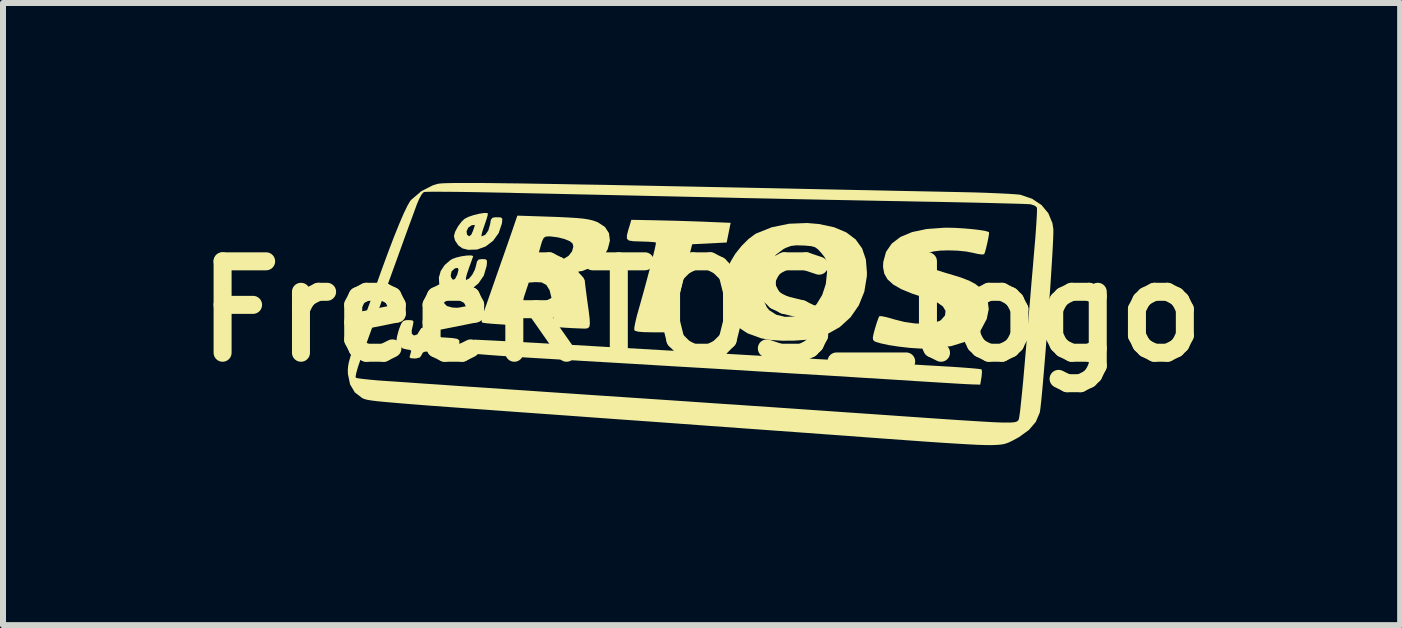
<source format=kicad_pcb>
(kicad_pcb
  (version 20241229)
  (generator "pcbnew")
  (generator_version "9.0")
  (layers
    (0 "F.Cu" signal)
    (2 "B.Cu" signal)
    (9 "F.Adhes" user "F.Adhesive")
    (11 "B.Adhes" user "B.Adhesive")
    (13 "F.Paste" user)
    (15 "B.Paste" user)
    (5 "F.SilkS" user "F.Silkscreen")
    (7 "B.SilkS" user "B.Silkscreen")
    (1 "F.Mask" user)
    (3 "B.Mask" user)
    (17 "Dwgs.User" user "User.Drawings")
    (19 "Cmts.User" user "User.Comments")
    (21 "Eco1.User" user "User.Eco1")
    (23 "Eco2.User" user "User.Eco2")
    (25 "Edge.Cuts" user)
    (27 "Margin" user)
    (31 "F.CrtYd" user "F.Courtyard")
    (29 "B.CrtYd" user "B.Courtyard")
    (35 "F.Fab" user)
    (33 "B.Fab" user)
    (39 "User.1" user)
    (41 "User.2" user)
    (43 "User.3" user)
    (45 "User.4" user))
  (footprint "FreeRTOS_logo"
    (layer "F.Cu")
    (at 8.643 2.14)
    (property "Reference" "FreeRTOS_logo" (at 0 0 0) (layer "F.SilkS") (effects (font (size 1.524 1.524) (thickness 0.3))))
    (attr board_only exclude_from_pos_files exclude_from_bom)
    (fp_poly (pts (xy -4.341 -0.302) (xy -4.339 -0.302) (xy -4.294 -0.278) (xy -4.287 -0.23) (xy -4.291 -0.203) (xy -4.288 -0.134) (xy -4.244 -0.089) (xy -4.154 -0.064) (xy -4.032 -0.058) (xy -3.941 -0.055) (xy -3.877 -0.048) (xy -3.858 -0.041) (xy -3.855 -0.006) (xy -3.869 0.058) (xy -3.892 0.125) (xy -3.916 0.171) (xy -3.92 0.175) (xy -3.955 0.18) (xy -4.035 0.181) (xy -4.148 0.178) (xy -4.265 0.172) (xy -4.397 0.164) (xy -4.507 0.154) (xy -4.581 0.145) (xy -4.608 0.139) (xy -4.617 0.095) (xy -4.598 0.032) (xy -4.564 -0.025) (xy -4.53 -0.051) (xy -4.494 -0.071) (xy -4.503 -0.112) (xy -4.508 -0.123) (xy -4.524 -0.198) (xy -4.508 -0.251) (xy -4.474 -0.302) (xy -4.425 -0.317)) (stroke (width 0) (type solid)) (fill yes) (layer "F.SilkS"))
    (fp_poly (pts (xy -0.796 -1.519) (xy -0.622 -1.515) (xy -0.414 -1.51) (xy -0.197 -1.503) (xy 0.005 -1.496) (xy 0.032 -1.495) (xy 0.485 -1.476) (xy 0.452 -1.312) (xy 0.419 -1.148) (xy -0.156 -1.119) (xy -0.196 -0.959) (xy -0.216 -0.881) (xy -0.247 -0.758) (xy -0.286 -0.603) (xy -0.332 -0.426) (xy -0.379 -0.241) (xy -0.383 -0.225) (xy -0.531 0.349) (xy -0.819 0.349) (xy -0.964 0.346) (xy -1.059 0.338) (xy -1.109 0.323) (xy -1.121 0.311) (xy -1.12 0.268) (xy -1.104 0.184) (xy -1.078 0.075) (xy -1.065 0.028) (xy -1.005 -0.185) (xy -0.947 -0.394) (xy -0.894 -0.592) (xy -0.847 -0.77) (xy -0.808 -0.923) (xy -0.779 -1.042) (xy -0.763 -1.119) (xy -0.76 -1.147) (xy -0.793 -1.154) (xy -0.869 -1.16) (xy -0.975 -1.164) (xy -1.011 -1.165) (xy -1.136 -1.169) (xy -1.211 -1.181) (xy -1.244 -1.211) (xy -1.244 -1.267) (xy -1.22 -1.361) (xy -1.209 -1.395) (xy -1.17 -1.526)) (stroke (width 0) (type solid)) (fill yes) (layer "F.SilkS"))
    (fp_poly (pts (xy -3.808 -0.923) (xy -3.807 -0.919) (xy -3.817 -0.888) (xy -3.842 -0.818) (xy -3.877 -0.723) (xy -3.879 -0.715) (xy -3.911 -0.622) (xy -3.928 -0.553) (xy -3.926 -0.523) (xy -3.924 -0.523) (xy -3.874 -0.548) (xy -3.821 -0.612) (xy -3.778 -0.696) (xy -3.759 -0.762) (xy -3.742 -0.834) (xy -3.713 -0.865) (xy -3.656 -0.872) (xy -3.654 -0.872) (xy -3.599 -0.868) (xy -3.577 -0.847) (xy -3.578 -0.792) (xy -3.583 -0.754) (xy -3.629 -0.597) (xy -3.718 -0.467) (xy -3.837 -0.369) (xy -3.977 -0.31) (xy -4.129 -0.297) (xy -4.247 -0.323) (xy -4.33 -0.38) (xy -4.373 -0.464) (xy -4.378 -0.566) (xy -4.369 -0.596) (xy -4.181 -0.596) (xy -4.174 -0.567) (xy -4.144 -0.526) (xy -4.109 -0.541) (xy -4.073 -0.609) (xy -4.071 -0.615) (xy -4.051 -0.692) (xy -4.062 -0.724) (xy -4.107 -0.718) (xy -4.112 -0.716) (xy -4.166 -0.668) (xy -4.181 -0.596) (xy -4.369 -0.596) (xy -4.347 -0.673) (xy -4.281 -0.773) (xy -4.184 -0.856) (xy -4.153 -0.874) (xy -4.084 -0.899) (xy -3.998 -0.919) (xy -3.911 -0.931) (xy -3.842 -0.933)) (stroke (width 0) (type solid)) (fill yes) (layer "F.SilkS"))
    (fp_poly (pts (xy -3.568 -1.638) (xy -3.562 -1.634) (xy -3.565 -1.602) (xy -3.585 -1.532) (xy -3.618 -1.437) (xy -3.618 -1.435) (xy -3.65 -1.343) (xy -3.667 -1.277) (xy -3.667 -1.25) (xy -3.666 -1.25) (xy -3.605 -1.276) (xy -3.555 -1.346) (xy -3.526 -1.445) (xy -3.525 -1.447) (xy -3.512 -1.524) (xy -3.488 -1.559) (xy -3.439 -1.569) (xy -3.41 -1.569) (xy -3.346 -1.566) (xy -3.321 -1.546) (xy -3.324 -1.492) (xy -3.329 -1.46) (xy -3.382 -1.304) (xy -3.475 -1.176) (xy -3.597 -1.083) (xy -3.739 -1.031) (xy -3.891 -1.026) (xy -3.985 -1.05) (xy -4.055 -1.101) (xy -4.109 -1.182) (xy -4.127 -1.254) (xy -4.108 -1.326) (xy -4.104 -1.334) (xy -3.917 -1.334) (xy -3.909 -1.279) (xy -3.873 -1.251) (xy -3.837 -1.28) (xy -3.81 -1.341) (xy -3.788 -1.405) (xy -3.778 -1.439) (xy -3.778 -1.44) (xy -3.802 -1.44) (xy -3.835 -1.433) (xy -3.889 -1.395) (xy -3.917 -1.334) (xy -4.104 -1.334) (xy -4.06 -1.415) (xy -3.998 -1.498) (xy -3.949 -1.543) (xy -3.886 -1.575) (xy -3.798 -1.605) (xy -3.703 -1.628) (xy -3.62 -1.641)) (stroke (width 0) (type solid)) (fill yes) (layer "F.SilkS"))
    (fp_poly (pts (xy -4.822 0.149) (xy -4.801 0.17) (xy -4.809 0.222) (xy -4.81 0.225) (xy -4.831 0.319) (xy -4.829 0.372) (xy -4.803 0.396) (xy -4.788 0.401) (xy -4.737 0.384) (xy -4.709 0.336) (xy -4.672 0.28) (xy -4.607 0.262) (xy -4.591 0.262) (xy -4.53 0.268) (xy -4.509 0.297) (xy -4.511 0.341) (xy -4.519 0.421) (xy -4.272 0.436) (xy -4.147 0.445) (xy -4.071 0.458) (xy -4.037 0.484) (xy -4.037 0.53) (xy -4.061 0.604) (xy -4.07 0.628) (xy -4.084 0.659) (xy -4.106 0.678) (xy -4.148 0.687) (xy -4.222 0.687) (xy -4.339 0.68) (xy -4.37 0.678) (xy -4.497 0.67) (xy -4.579 0.669) (xy -4.625 0.675) (xy -4.649 0.692) (xy -4.662 0.719) (xy -4.663 0.722) (xy -4.694 0.768) (xy -4.757 0.784) (xy -4.782 0.785) (xy -4.847 0.781) (xy -4.867 0.762) (xy -4.854 0.715) (xy -4.853 0.712) (xy -4.839 0.659) (xy -4.861 0.641) (xy -4.891 0.639) (xy -4.977 0.619) (xy -5.048 0.568) (xy -5.084 0.501) (xy -5.086 0.485) (xy -5.076 0.42) (xy -5.052 0.329) (xy -5.037 0.283) (xy -5.004 0.201) (xy -4.972 0.16) (xy -4.926 0.146) (xy -4.888 0.145)) (stroke (width 0) (type solid)) (fill yes) (layer "F.SilkS"))
    (fp_poly (pts (xy -3.764 0.472) (xy -3.682 0.476) (xy -3.553 0.482) (xy -3.382 0.491) (xy -3.175 0.502) (xy -2.937 0.515) (xy -2.673 0.53) (xy -2.389 0.546) (xy -2.279 0.552) (xy -1.825 0.578) (xy -1.385 0.604) (xy -0.951 0.629) (xy -0.517 0.654) (xy -0.078 0.679) (xy 0.374 0.705) (xy 0.843 0.732) (xy 1.337 0.761) (xy 1.862 0.791) (xy 2.423 0.823) (xy 3.028 0.858) (xy 3.681 0.895) (xy 3.975 0.912) (xy 4.167 0.923) (xy 4.34 0.935) (xy 4.484 0.946) (xy 4.592 0.956) (xy 4.655 0.964) (xy 4.668 0.967) (xy 4.674 1.004) (xy 4.669 1.075) (xy 4.665 1.102) (xy 4.645 1.221) (xy 4.509 1.217) (xy 4.444 1.214) (xy 4.331 1.208) (xy 4.177 1.199) (xy 3.994 1.188) (xy 3.788 1.175) (xy 3.575 1.162) (xy 3.139 1.134) (xy 2.649 1.104) (xy 2.11 1.07) (xy 1.524 1.035) (xy 0.896 0.997) (xy 0.23 0.956) (xy -0.47 0.915) (xy -1.2 0.871) (xy -1.956 0.827) (xy -2.485 0.795) (xy -2.758 0.779) (xy -3.013 0.763) (xy -3.245 0.748) (xy -3.447 0.734) (xy -3.614 0.721) (xy -3.74 0.711) (xy -3.818 0.703) (xy -3.844 0.698) (xy -3.847 0.664) (xy -3.837 0.6) (xy -3.818 0.529) (xy -3.796 0.477) (xy -3.793 0.472)) (stroke (width 0) (type solid)) (fill yes) (layer "F.SilkS"))
    (fp_poly (pts (xy 1.958 -1.456) (xy 2.21 -1.402) (xy 2.412 -1.317) (xy 2.568 -1.2) (xy 2.676 -1.05) (xy 2.739 -0.865) (xy 2.757 -0.644) (xy 2.755 -0.583) (xy 2.713 -0.328) (xy 2.621 -0.1) (xy 2.483 0.099) (xy 2.304 0.262) (xy 2.087 0.384) (xy 1.889 0.449) (xy 1.728 0.475) (xy 1.537 0.488) (xy 1.339 0.489) (xy 1.152 0.476) (xy 1 0.45) (xy 0.989 0.447) (xy 0.765 0.365) (xy 0.589 0.249) (xy 0.463 0.103) (xy 0.385 -0.073) (xy 0.358 -0.279) (xy 0.363 -0.341) (xy 1.01 -0.341) (xy 1.031 -0.191) (xy 1.09 -0.065) (xy 1.13 -0.018) (xy 1.247 0.056) (xy 1.391 0.091) (xy 1.549 0.086) (xy 1.706 0.041) (xy 1.799 -0.009) (xy 1.918 -0.121) (xy 2.011 -0.273) (xy 2.071 -0.455) (xy 2.092 -0.652) (xy 2.092 -0.654) (xy 2.09 -0.766) (xy 2.08 -0.841) (xy 2.055 -0.898) (xy 2.009 -0.958) (xy 1.995 -0.975) (xy 1.94 -1.035) (xy 1.891 -1.07) (xy 1.828 -1.087) (xy 1.733 -1.096) (xy 1.697 -1.098) (xy 1.577 -1.101) (xy 1.489 -1.09) (xy 1.41 -1.061) (xy 1.366 -1.039) (xy 1.242 -0.946) (xy 1.142 -0.817) (xy 1.068 -0.666) (xy 1.023 -0.503) (xy 1.01 -0.341) (xy 0.363 -0.341) (xy 0.374 -0.475) (xy 0.404 -0.607) (xy 0.449 -0.745) (xy 0.485 -0.831) (xy 0.564 -0.962) (xy 0.669 -1.093) (xy 0.785 -1.208) (xy 0.895 -1.29) (xy 0.91 -1.298) (xy 1.171 -1.402) (xy 1.458 -1.461) (xy 1.761 -1.473)) (stroke (width 0) (type solid)) (fill yes) (layer "F.SilkS"))
    (fp_poly (pts (xy 4.228 -1.392) (xy 4.372 -1.383) (xy 4.512 -1.371) (xy 4.637 -1.356) (xy 4.733 -1.34) (xy 4.786 -1.324) (xy 4.791 -1.321) (xy 4.791 -1.29) (xy 4.78 -1.221) (xy 4.762 -1.135) (xy 4.741 -1.048) (xy 4.722 -0.981) (xy 4.71 -0.953) (xy 4.675 -0.948) (xy 4.601 -0.958) (xy 4.533 -0.974) (xy 4.41 -0.998) (xy 4.267 -1.012) (xy 4.118 -1.017) (xy 3.979 -1.013) (xy 3.864 -0.999) (xy 3.79 -0.976) (xy 3.784 -0.972) (xy 3.731 -0.905) (xy 3.725 -0.828) (xy 3.766 -0.758) (xy 3.785 -0.744) (xy 3.841 -0.718) (xy 3.937 -0.683) (xy 4.057 -0.645) (xy 4.124 -0.625) (xy 4.316 -0.567) (xy 4.46 -0.512) (xy 4.567 -0.454) (xy 4.648 -0.389) (xy 4.693 -0.337) (xy 4.767 -0.195) (xy 4.787 -0.039) (xy 4.754 0.125) (xy 4.666 0.292) (xy 4.653 0.31) (xy 4.536 0.425) (xy 4.372 0.514) (xy 4.165 0.578) (xy 3.924 0.613) (xy 3.652 0.62) (xy 3.465 0.608) (xy 3.284 0.587) (xy 3.122 0.562) (xy 2.991 0.534) (xy 2.901 0.507) (xy 2.879 0.496) (xy 2.859 0.474) (xy 2.855 0.435) (xy 2.869 0.365) (xy 2.891 0.286) (xy 2.921 0.188) (xy 2.947 0.114) (xy 2.962 0.081) (xy 2.996 0.079) (xy 3.071 0.094) (xy 3.172 0.121) (xy 3.206 0.132) (xy 3.382 0.176) (xy 3.559 0.201) (xy 3.725 0.207) (xy 3.866 0.192) (xy 3.97 0.158) (xy 3.992 0.143) (xy 4.058 0.068) (xy 4.067 -0.008) (xy 4.023 -0.082) (xy 3.926 -0.15) (xy 3.78 -0.209) (xy 3.758 -0.215) (xy 3.518 -0.293) (xy 3.332 -0.369) (xy 3.194 -0.448) (xy 3.1 -0.534) (xy 3.045 -0.63) (xy 3.025 -0.741) (xy 3.029 -0.824) (xy 3.075 -0.992) (xy 3.171 -1.131) (xy 3.316 -1.241) (xy 3.51 -1.322) (xy 3.752 -1.373) (xy 4.041 -1.394) (xy 4.095 -1.395)) (stroke (width 0) (type solid)) (fill yes) (layer "F.SilkS"))
    (fp_poly (pts (xy -2.647 -1.582) (xy -2.409 -1.574) (xy -2.221 -1.565) (xy -2.075 -1.556) (xy -1.963 -1.545) (xy -1.877 -1.531) (xy -1.808 -1.514) (xy -1.748 -1.493) (xy -1.727 -1.484) (xy -1.61 -1.407) (xy -1.543 -1.304) (xy -1.527 -1.18) (xy -1.563 -1.039) (xy -1.633 -0.913) (xy -1.699 -0.841) (xy -1.793 -0.77) (xy -1.895 -0.71) (xy -1.986 -0.674) (xy -2.022 -0.668) (xy -2.054 -0.664) (xy -2.045 -0.643) (xy -2.011 -0.609) (xy -1.965 -0.556) (xy -1.946 -0.515) (xy -1.942 -0.473) (xy -1.932 -0.387) (xy -1.917 -0.271) (xy -1.904 -0.174) (xy -1.88 -0.001) (xy -1.865 0.123) (xy -1.861 0.206) (xy -1.87 0.255) (xy -1.894 0.28) (xy -1.935 0.287) (xy -1.994 0.286) (xy -2.013 0.285) (xy -2.14 0.28) (xy -2.277 0.272) (xy -2.318 0.269) (xy -2.47 0.259) (xy -2.47 0.107) (xy -2.476 -0.011) (xy -2.489 -0.147) (xy -2.499 -0.218) (xy -2.533 -0.354) (xy -2.587 -0.441) (xy -2.666 -0.483) (xy -2.767 -0.488) (xy -2.88 -0.48) (xy -2.998 -0.124) (xy -3.117 0.232) (xy -3.367 0.215) (xy -3.485 0.207) (xy -3.583 0.198) (xy -3.643 0.19) (xy -3.653 0.188) (xy -3.668 0.165) (xy -3.66 0.106) (xy -3.629 0.009) (xy -3.582 -0.125) (xy -3.525 -0.288) (xy -3.461 -0.471) (xy -3.394 -0.663) (xy -3.327 -0.855) (xy -3.319 -0.877) (xy -2.732 -0.877) (xy -2.706 -0.858) (xy -2.638 -0.846) (xy -2.546 -0.843) (xy -2.444 -0.848) (xy -2.349 -0.862) (xy -2.299 -0.875) (xy -2.217 -0.925) (xy -2.159 -0.999) (xy -2.137 -1.079) (xy -2.149 -1.131) (xy -2.196 -1.17) (xy -2.284 -1.206) (xy -2.396 -1.234) (xy -2.515 -1.249) (xy -2.555 -1.25) (xy -2.602 -1.245) (xy -2.633 -1.221) (xy -2.659 -1.165) (xy -2.684 -1.081) (xy -2.71 -0.985) (xy -2.727 -0.909) (xy -2.732 -0.877) (xy -3.319 -0.877) (xy -3.263 -1.037) (xy -3.206 -1.2) (xy -3.16 -1.333) (xy -3.128 -1.426) (xy -3.117 -1.459) (xy -3.07 -1.596)) (stroke (width 0) (type solid)) (fill yes) (layer "F.SilkS"))
    (fp_poly (pts (xy -3.687 -2.14) (xy -3.489 -2.138) (xy -3.261 -2.135) (xy -3 -2.132) (xy -2.704 -2.127) (xy -2.371 -2.122) (xy -1.999 -2.115) (xy -1.585 -2.108) (xy -1.128 -2.099) (xy -0.626 -2.089) (xy -0.076 -2.078) (xy 0.524 -2.066) (xy 1.175 -2.053) (xy 1.88 -2.038) (xy 2.64 -2.022) (xy 2.717 -2.021) (xy 2.952 -2.016) (xy 3.227 -2.01) (xy 3.525 -2.004) (xy 3.828 -1.998) (xy 4.118 -1.992) (xy 4.316 -1.988) (xy 4.542 -1.983) (xy 4.755 -1.976) (xy 4.947 -1.968) (xy 5.109 -1.96) (xy 5.232 -1.952) (xy 5.308 -1.945) (xy 5.318 -1.943) (xy 5.51 -1.877) (xy 5.666 -1.773) (xy 5.78 -1.636) (xy 5.848 -1.472) (xy 5.864 -1.371) (xy 5.864 -1.306) (xy 5.86 -1.192) (xy 5.852 -1.036) (xy 5.841 -0.843) (xy 5.827 -0.622) (xy 5.811 -0.38) (xy 5.793 -0.123) (xy 5.773 0.142) (xy 5.754 0.407) (xy 5.734 0.665) (xy 5.714 0.909) (xy 5.695 1.133) (xy 5.678 1.329) (xy 5.662 1.49) (xy 5.649 1.609) (xy 5.639 1.679) (xy 5.637 1.688) (xy 5.571 1.842) (xy 5.457 1.976) (xy 5.293 2.095) (xy 5.188 2.152) (xy 5.149 2.171) (xy 5.113 2.188) (xy 5.075 2.202) (xy 5.032 2.213) (xy 4.98 2.221) (xy 4.915 2.226) (xy 4.833 2.229) (xy 4.731 2.228) (xy 4.603 2.224) (xy 4.447 2.216) (xy 4.259 2.205) (xy 4.034 2.191) (xy 3.768 2.173) (xy 3.459 2.151) (xy 3.102 2.125) (xy 2.692 2.095) (xy 2.441 2.076) (xy 2.054 2.048) (xy 1.619 2.016) (xy 1.148 1.982) (xy 0.651 1.946) (xy 0.139 1.909) (xy -0.378 1.871) (xy -0.889 1.834) (xy -1.383 1.799) (xy -1.85 1.765) (xy -2.136 1.744) (xy -2.653 1.707) (xy -3.114 1.674) (xy -3.524 1.644) (xy -3.886 1.618) (xy -4.202 1.595) (xy -4.477 1.575) (xy -4.712 1.557) (xy -4.912 1.541) (xy -5.079 1.527) (xy -5.217 1.515) (xy -5.329 1.505) (xy -5.418 1.496) (xy -5.487 1.487) (xy -5.54 1.479) (xy -5.579 1.472) (xy -5.607 1.464) (xy -5.629 1.457) (xy -5.647 1.449) (xy -5.658 1.443) (xy -5.779 1.35) (xy -5.858 1.217) (xy -5.885 1.088) (xy -5.766 1.088) (xy -5.763 1.105) (xy -5.728 1.115) (xy -5.644 1.126) (xy -5.524 1.139) (xy -5.376 1.152) (xy -5.275 1.159) (xy -5.095 1.171) (xy -4.876 1.186) (xy -4.637 1.203) (xy -4.395 1.219) (xy -4.17 1.235) (xy -4.011 1.246) (xy -3.802 1.26) (xy -3.553 1.277) (xy -3.273 1.296) (xy -2.97 1.316) (xy -2.653 1.338) (xy -2.332 1.36) (xy -2.02 1.381) (xy -1.68 1.404) (xy -1.318 1.428) (xy -0.946 1.453) (xy -0.575 1.478) (xy -0.218 1.502) (xy 0.114 1.525) (xy 0.408 1.545) (xy 0.581 1.556) (xy 0.835 1.574) (xy 1.135 1.594) (xy 1.47 1.617) (xy 1.83 1.642) (xy 2.203 1.668) (xy 2.578 1.694) (xy 2.943 1.719) (xy 3.269 1.742) (xy 3.657 1.769) (xy 3.99 1.792) (xy 4.273 1.811) (xy 4.511 1.826) (xy 4.707 1.838) (xy 4.866 1.847) (xy 4.992 1.852) (xy 5.088 1.853) (xy 5.16 1.852) (xy 5.21 1.848) (xy 5.244 1.84) (xy 5.265 1.83) (xy 5.278 1.817) (xy 5.286 1.801) (xy 5.289 1.795) (xy 5.297 1.751) (xy 5.31 1.657) (xy 5.325 1.519) (xy 5.343 1.343) (xy 5.363 1.137) (xy 5.383 0.908) (xy 5.404 0.662) (xy 5.405 0.654) (xy 5.428 0.375) (xy 5.452 0.084) (xy 5.477 -0.207) (xy 5.5 -0.485) (xy 5.522 -0.737) (xy 5.54 -0.952) (xy 5.549 -1.057) (xy 5.565 -1.244) (xy 5.577 -1.414) (xy 5.586 -1.556) (xy 5.591 -1.661) (xy 5.591 -1.722) (xy 5.589 -1.732) (xy 5.553 -1.763) (xy 5.485 -1.785) (xy 5.483 -1.785) (xy 5.438 -1.788) (xy 5.34 -1.792) (xy 5.195 -1.796) (xy 5.007 -1.801) (xy 4.784 -1.807) (xy 4.529 -1.813) (xy 4.248 -1.819) (xy 3.947 -1.825) (xy 3.647 -1.83) (xy 3.353 -1.836) (xy 3.061 -1.841) (xy 2.765 -1.847) (xy 2.463 -1.853) (xy 2.15 -1.859) (xy 1.822 -1.866) (xy 1.476 -1.873) (xy 1.108 -1.881) (xy 0.714 -1.889) (xy 0.289 -1.899) (xy -0.17 -1.909) (xy -0.667 -1.92) (xy -1.205 -1.932) (xy -1.79 -1.945) (xy -2.424 -1.959) (xy -3.112 -1.974) (xy -3.213 -1.977) (xy -3.491 -1.982) (xy -3.752 -1.987) (xy -3.99 -1.991) (xy -4.199 -1.993) (xy -4.373 -1.994) (xy -4.507 -1.994) (xy -4.594 -1.992) (xy -4.629 -1.989) (xy -4.662 -1.954) (xy -4.704 -1.88) (xy -4.746 -1.782) (xy -4.747 -1.778) (xy -4.807 -1.614) (xy -4.879 -1.419) (xy -4.963 -1.188) (xy -5.061 -0.916) (xy -5.176 -0.599) (xy -5.308 -0.233) (xy -5.319 -0.203) (xy -5.396 0.01) (xy -5.472 0.221) (xy -5.544 0.419) (xy -5.607 0.593) (xy -5.658 0.732) (xy -5.687 0.81) (xy -5.727 0.927) (xy -5.754 1.024) (xy -5.766 1.088) (xy -5.885 1.088) (xy -5.894 1.046) (xy -5.894 1.044) (xy -5.896 0.983) (xy -5.892 0.922) (xy -5.88 0.852) (xy -5.855 0.763) (xy -5.818 0.647) (xy -5.763 0.494) (xy -5.698 0.316) (xy -5.632 0.138) (xy -5.571 -0.029) (xy -5.518 -0.173) (xy -5.477 -0.286) (xy -5.452 -0.357) (xy -5.449 -0.363) (xy -5.335 -0.684) (xy -5.228 -0.975) (xy -5.13 -1.232) (xy -5.042 -1.451) (xy -4.966 -1.628) (xy -4.903 -1.759) (xy -4.856 -1.84) (xy -4.843 -1.856) (xy -4.671 -2.003) (xy -4.479 -2.101) (xy -4.404 -2.124) (xy -4.379 -2.129) (xy -4.339 -2.133) (xy -4.283 -2.136) (xy -4.209 -2.138) (xy -4.114 -2.14) (xy -3.997 -2.14) (xy -3.855 -2.14)) (stroke (width 0) (type solid)) (fill yes) (layer "F.SilkS")))
  (gr_rect
    (start -3 -3)
    (end 20.287 7.369)
    (stroke (width 0.1) (type default))
    (fill no)
    (layer "Edge.Cuts")))
</source>
